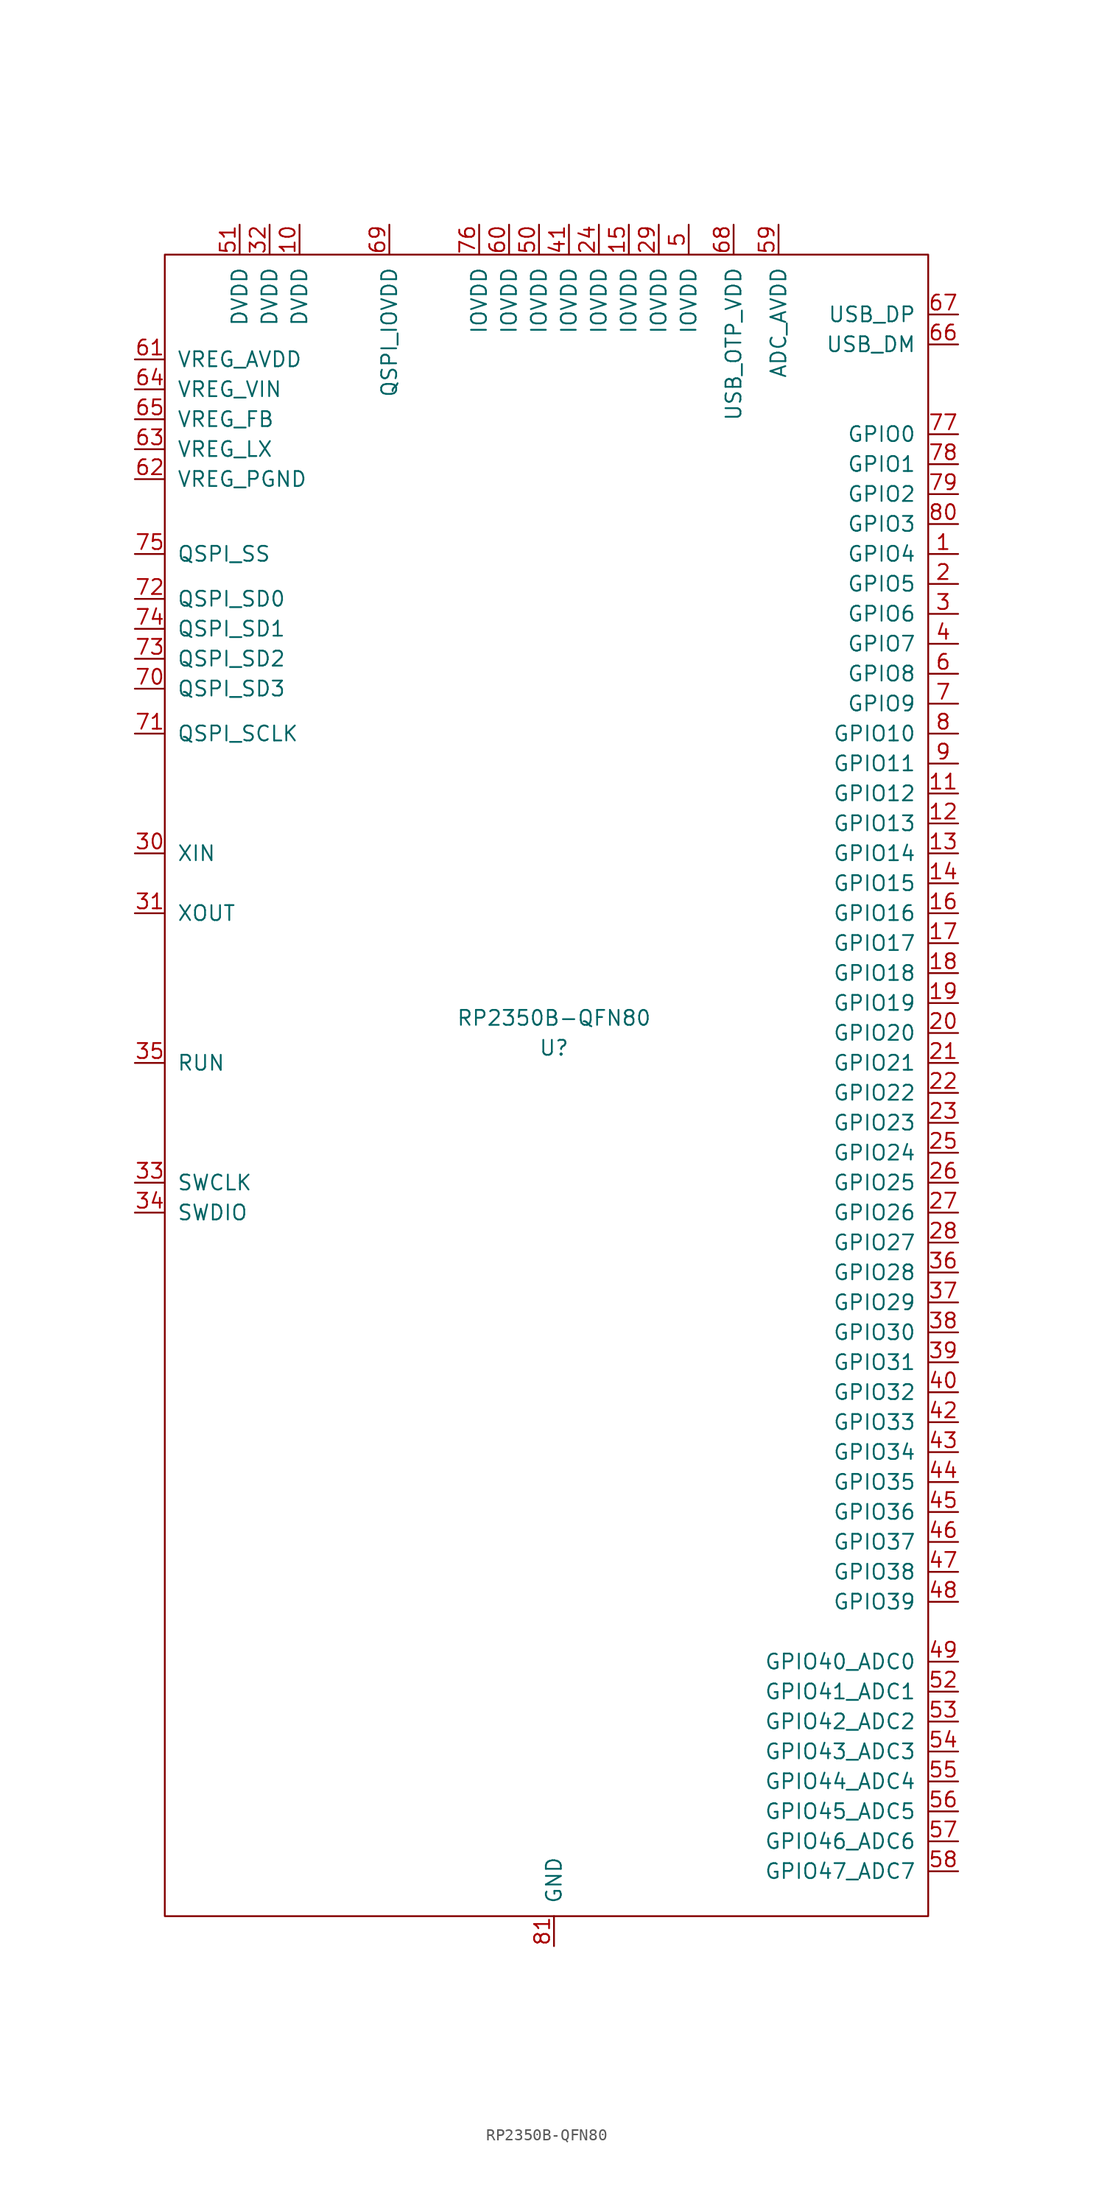
<source format=kicad_sym>
(kicad_symbol_lib
  (version 20231120)
  (generator "kicad_symbol_editor")
  (generator_version "8.0")
  (symbol "RP2350B-QFN80"
    (pin_names
      (offset 1.016))
    (property "Reference" "U"
      (at 0 -1.27 0)
      (effects (font (size 1.27 1.27))))
    (property "Value" "RP2350B-QFN80"
      (at 0 1.27 0)
      (effects (font (size 1.27 1.27))))
    (symbol "RP2350B-QFN80_0_1"
      (rectangle (start 31.75 66.04) (end -33.02 -74.93) (stroke (width 0) (type default)) (fill (type none))))
    (symbol "RP2350B-QFN80_1_0"
      (pin passive line (at 0 -77.47 90) (length 2.54) (name "GND" (effects (font (size 1.27 1.27)))) (number "81" (effects (font (size 1.27 1.27))))))
    (symbol "RP2350B-QFN80_1_1"
      (pin bidirectional line (at 34.29 40.64 180) (length 2.54) (name "GPIO4" (effects (font (size 1.27 1.27)))) (number "1" (effects (font (size 1.27 1.27)))))
      (pin power_in line (at -21.59 68.58 270) (length 2.54) (name "DVDD" (effects (font (size 1.27 1.27)))) (number "10" (effects (font (size 1.27 1.27)))))
      (pin bidirectional line (at 34.29 20.32 180) (length 2.54) (name "GPIO12" (effects (font (size 1.27 1.27)))) (number "11" (effects (font (size 1.27 1.27)))))
      (pin bidirectional line (at 34.29 17.78 180) (length 2.54) (name "GPIO13" (effects (font (size 1.27 1.27)))) (number "12" (effects (font (size 1.27 1.27)))))
      (pin bidirectional line (at 34.29 15.24 180) (length 2.54) (name "GPIO14" (effects (font (size 1.27 1.27)))) (number "13" (effects (font (size 1.27 1.27)))))
      (pin bidirectional line (at 34.29 12.7 180) (length 2.54) (name "GPIO15" (effects (font (size 1.27 1.27)))) (number "14" (effects (font (size 1.27 1.27)))))
      (pin power_in line (at 6.35 68.58 270) (length 2.54) (name "IOVDD" (effects (font (size 1.27 1.27)))) (number "15" (effects (font (size 1.27 1.27)))))
      (pin bidirectional line (at 34.29 10.16 180) (length 2.54) (name "GPIO16" (effects (font (size 1.27 1.27)))) (number "16" (effects (font (size 1.27 1.27)))))
      (pin bidirectional line (at 34.29 7.62 180) (length 2.54) (name "GPIO17" (effects (font (size 1.27 1.27)))) (number "17" (effects (font (size 1.27 1.27)))))
      (pin bidirectional line (at 34.29 5.08 180) (length 2.54) (name "GPIO18" (effects (font (size 1.27 1.27)))) (number "18" (effects (font (size 1.27 1.27)))))
      (pin bidirectional line (at 34.29 2.54 180) (length 2.54) (name "GPIO19" (effects (font (size 1.27 1.27)))) (number "19" (effects (font (size 1.27 1.27)))))
      (pin bidirectional line (at 34.29 38.1 180) (length 2.54) (name "GPIO5" (effects (font (size 1.27 1.27)))) (number "2" (effects (font (size 1.27 1.27)))))
      (pin bidirectional line (at 34.29 0 180) (length 2.54) (name "GPIO20" (effects (font (size 1.27 1.27)))) (number "20" (effects (font (size 1.27 1.27)))))
      (pin bidirectional line (at 34.29 -2.54 180) (length 2.54) (name "GPIO21" (effects (font (size 1.27 1.27)))) (number "21" (effects (font (size 1.27 1.27)))))
      (pin bidirectional line (at 34.29 -5.08 180) (length 2.54) (name "GPIO22" (effects (font (size 1.27 1.27)))) (number "22" (effects (font (size 1.27 1.27)))))
      (pin bidirectional line (at 34.29 -7.62 180) (length 2.54) (name "GPIO23" (effects (font (size 1.27 1.27)))) (number "23" (effects (font (size 1.27 1.27)))))
      (pin power_in line (at 3.81 68.58 270) (length 2.54) (name "IOVDD" (effects (font (size 1.27 1.27)))) (number "24" (effects (font (size 1.27 1.27)))))
      (pin bidirectional line (at 34.29 -10.16 180) (length 2.54) (name "GPIO24" (effects (font (size 1.27 1.27)))) (number "25" (effects (font (size 1.27 1.27)))))
      (pin bidirectional line (at 34.29 -12.7 180) (length 2.54) (name "GPIO25" (effects (font (size 1.27 1.27)))) (number "26" (effects (font (size 1.27 1.27)))))
      (pin bidirectional line (at 34.29 -15.24 180) (length 2.54) (name "GPIO26" (effects (font (size 1.27 1.27)))) (number "27" (effects (font (size 1.27 1.27)))))
      (pin bidirectional line (at 34.29 -17.78 180) (length 2.54) (name "GPIO27" (effects (font (size 1.27 1.27)))) (number "28" (effects (font (size 1.27 1.27)))))
      (pin power_in line (at 8.89 68.58 270) (length 2.54) (name "IOVDD" (effects (font (size 1.27 1.27)))) (number "29" (effects (font (size 1.27 1.27)))))
      (pin bidirectional line (at 34.29 35.56 180) (length 2.54) (name "GPIO6" (effects (font (size 1.27 1.27)))) (number "3" (effects (font (size 1.27 1.27)))))
      (pin input line (at -35.56 15.24 0) (length 2.54) (name "XIN" (effects (font (size 1.27 1.27)))) (number "30" (effects (font (size 1.27 1.27)))))
      (pin output line (at -35.56 10.16 0) (length 2.54) (name "XOUT" (effects (font (size 1.27 1.27)))) (number "31" (effects (font (size 1.27 1.27)))))
      (pin power_in line (at -24.13 68.58 270) (length 2.54) (name "DVDD" (effects (font (size 1.27 1.27)))) (number "32" (effects (font (size 1.27 1.27)))))
      (pin bidirectional line (at -35.56 -12.7 0) (length 2.54) (name "SWCLK" (effects (font (size 1.27 1.27)))) (number "33" (effects (font (size 1.27 1.27)))))
      (pin bidirectional line (at -35.56 -15.24 0) (length 2.54) (name "SWDIO" (effects (font (size 1.27 1.27)))) (number "34" (effects (font (size 1.27 1.27)))))
      (pin input line (at -35.56 -2.54 0) (length 2.54) (name "RUN" (effects (font (size 1.27 1.27)))) (number "35" (effects (font (size 1.27 1.27)))))
      (pin bidirectional line (at 34.29 -20.32 180) (length 2.54) (name "GPIO28" (effects (font (size 1.27 1.27)))) (number "36" (effects (font (size 1.27 1.27)))))
      (pin bidirectional line (at 34.29 -22.86 180) (length 2.54) (name "GPIO29" (effects (font (size 1.27 1.27)))) (number "37" (effects (font (size 1.27 1.27)))))
      (pin bidirectional line (at 34.29 -25.4 180) (length 2.54) (name "GPIO30" (effects (font (size 1.27 1.27)))) (number "38" (effects (font (size 1.27 1.27)))))
      (pin bidirectional line (at 34.29 -27.94 180) (length 2.54) (name "GPIO31" (effects (font (size 1.27 1.27)))) (number "39" (effects (font (size 1.27 1.27)))))
      (pin bidirectional line (at 34.29 33.02 180) (length 2.54) (name "GPIO7" (effects (font (size 1.27 1.27)))) (number "4" (effects (font (size 1.27 1.27)))))
      (pin bidirectional line (at 34.29 -30.48 180) (length 2.54) (name "GPIO32" (effects (font (size 1.27 1.27)))) (number "40" (effects (font (size 1.27 1.27)))))
      (pin power_in line (at 1.27 68.58 270) (length 2.54) (name "IOVDD" (effects (font (size 1.27 1.27)))) (number "41" (effects (font (size 1.27 1.27)))))
      (pin bidirectional line (at 34.29 -33.02 180) (length 2.54) (name "GPIO33" (effects (font (size 1.27 1.27)))) (number "42" (effects (font (size 1.27 1.27)))))
      (pin bidirectional line (at 34.29 -35.56 180) (length 2.54) (name "GPIO34" (effects (font (size 1.27 1.27)))) (number "43" (effects (font (size 1.27 1.27)))))
      (pin bidirectional line (at 34.29 -38.1 180) (length 2.54) (name "GPIO35" (effects (font (size 1.27 1.27)))) (number "44" (effects (font (size 1.27 1.27)))))
      (pin bidirectional line (at 34.29 -40.64 180) (length 2.54) (name "GPIO36" (effects (font (size 1.27 1.27)))) (number "45" (effects (font (size 1.27 1.27)))))
      (pin bidirectional line (at 34.29 -43.18 180) (length 2.54) (name "GPIO37" (effects (font (size 1.27 1.27)))) (number "46" (effects (font (size 1.27 1.27)))))
      (pin bidirectional line (at 34.29 -45.72 180) (length 2.54) (name "GPIO38" (effects (font (size 1.27 1.27)))) (number "47" (effects (font (size 1.27 1.27)))))
      (pin bidirectional line (at 34.29 -48.26 180) (length 2.54) (name "GPIO39" (effects (font (size 1.27 1.27)))) (number "48" (effects (font (size 1.27 1.27)))))
      (pin bidirectional line (at 34.29 -53.34 180) (length 2.54) (name "GPIO40_ADC0" (effects (font (size 1.27 1.27)))) (number "49" (effects (font (size 1.27 1.27)))))
      (pin power_in line (at 11.43 68.58 270) (length 2.54) (name "IOVDD" (effects (font (size 1.27 1.27)))) (number "5" (effects (font (size 1.27 1.27)))))
      (pin power_in line (at -1.27 68.58 270) (length 2.54) (name "IOVDD" (effects (font (size 1.27 1.27)))) (number "50" (effects (font (size 1.27 1.27)))))
      (pin power_in line (at -26.67 68.58 270) (length 2.54) (name "DVDD" (effects (font (size 1.27 1.27)))) (number "51" (effects (font (size 1.27 1.27)))))
      (pin bidirectional line (at 34.29 -55.88 180) (length 2.54) (name "GPIO41_ADC1" (effects (font (size 1.27 1.27)))) (number "52" (effects (font (size 1.27 1.27)))))
      (pin bidirectional line (at 34.29 -58.42 180) (length 2.54) (name "GPIO42_ADC2" (effects (font (size 1.27 1.27)))) (number "53" (effects (font (size 1.27 1.27)))))
      (pin bidirectional line (at 34.29 -60.96 180) (length 2.54) (name "GPIO43_ADC3" (effects (font (size 1.27 1.27)))) (number "54" (effects (font (size 1.27 1.27)))))
      (pin bidirectional line (at 34.29 -63.5 180) (length 2.54) (name "GPIO44_ADC4" (effects (font (size 1.27 1.27)))) (number "55" (effects (font (size 1.27 1.27)))))
      (pin bidirectional line (at 34.29 -66.04 180) (length 2.54) (name "GPIO45_ADC5" (effects (font (size 1.27 1.27)))) (number "56" (effects (font (size 1.27 1.27)))))
      (pin bidirectional line (at 34.29 -68.58 180) (length 2.54) (name "GPIO46_ADC6" (effects (font (size 1.27 1.27)))) (number "57" (effects (font (size 1.27 1.27)))))
      (pin bidirectional line (at 34.29 -71.12 180) (length 2.54) (name "GPIO47_ADC7" (effects (font (size 1.27 1.27)))) (number "58" (effects (font (size 1.27 1.27)))))
      (pin power_in line (at 19.05 68.58 270) (length 2.54) (name "ADC_AVDD" (effects (font (size 1.27 1.27)))) (number "59" (effects (font (size 1.27 1.27)))))
      (pin bidirectional line (at 34.29 30.48 180) (length 2.54) (name "GPIO8" (effects (font (size 1.27 1.27)))) (number "6" (effects (font (size 1.27 1.27)))))
      (pin power_in line (at -3.81 68.58 270) (length 2.54) (name "IOVDD" (effects (font (size 1.27 1.27)))) (number "60" (effects (font (size 1.27 1.27)))))
      (pin power_in line (at -35.56 57.15 0) (length 2.54) (name "VREG_AVDD" (effects (font (size 1.27 1.27)))) (number "61" (effects (font (size 1.27 1.27)))))
      (pin passive line (at -35.56 46.99 0) (length 2.54) (name "VREG_PGND" (effects (font (size 1.27 1.27)))) (number "62" (effects (font (size 1.27 1.27)))))
      (pin power_out line (at -35.56 49.53 0) (length 2.54) (name "VREG_LX" (effects (font (size 1.27 1.27)))) (number "63" (effects (font (size 1.27 1.27)))))
      (pin power_in line (at -35.56 54.61 0) (length 2.54) (name "VREG_VIN" (effects (font (size 1.27 1.27)))) (number "64" (effects (font (size 1.27 1.27)))))
      (pin power_in line (at -35.56 52.07 0) (length 2.54) (name "VREG_FB" (effects (font (size 1.27 1.27)))) (number "65" (effects (font (size 1.27 1.27)))))
      (pin bidirectional line (at 34.29 58.42 180) (length 2.54) (name "USB_DM" (effects (font (size 1.27 1.27)))) (number "66" (effects (font (size 1.27 1.27)))))
      (pin bidirectional line (at 34.29 60.96 180) (length 2.54) (name "USB_DP" (effects (font (size 1.27 1.27)))) (number "67" (effects (font (size 1.27 1.27)))))
      (pin power_in line (at 15.24 68.58 270) (length 2.54) (name "USB_OTP_VDD" (effects (font (size 1.27 1.27)))) (number "68" (effects (font (size 1.27 1.27)))))
      (pin bidirectional line (at -13.97 68.58 270) (length 2.54) (name "QSPI_IOVDD" (effects (font (size 1.27 1.27)))) (number "69" (effects (font (size 1.27 1.27)))))
      (pin bidirectional line (at 34.29 27.94 180) (length 2.54) (name "GPIO9" (effects (font (size 1.27 1.27)))) (number "7" (effects (font (size 1.27 1.27)))))
      (pin bidirectional line (at -35.56 29.21 0) (length 2.54) (name "QSPI_SD3" (effects (font (size 1.27 1.27)))) (number "70" (effects (font (size 1.27 1.27)))))
      (pin bidirectional line (at -35.56 25.4 0) (length 2.54) (name "QSPI_SCLK" (effects (font (size 1.27 1.27)))) (number "71" (effects (font (size 1.27 1.27)))))
      (pin bidirectional line (at -35.56 36.83 0) (length 2.54) (name "QSPI_SD0" (effects (font (size 1.27 1.27)))) (number "72" (effects (font (size 1.27 1.27)))))
      (pin bidirectional line (at -35.56 31.75 0) (length 2.54) (name "QSPI_SD2" (effects (font (size 1.27 1.27)))) (number "73" (effects (font (size 1.27 1.27)))))
      (pin bidirectional line (at -35.56 34.29 0) (length 2.54) (name "QSPI_SD1" (effects (font (size 1.27 1.27)))) (number "74" (effects (font (size 1.27 1.27)))))
      (pin bidirectional line (at -35.56 40.64 0) (length 2.54) (name "QSPI_SS" (effects (font (size 1.27 1.27)))) (number "75" (effects (font (size 1.27 1.27)))))
      (pin power_in line (at -6.35 68.58 270) (length 2.54) (name "IOVDD" (effects (font (size 1.27 1.27)))) (number "76" (effects (font (size 1.27 1.27)))))
      (pin bidirectional line (at 34.29 50.8 180) (length 2.54) (name "GPIO0" (effects (font (size 1.27 1.27)))) (number "77" (effects (font (size 1.27 1.27)))))
      (pin bidirectional line (at 34.29 48.26 180) (length 2.54) (name "GPIO1" (effects (font (size 1.27 1.27)))) (number "78" (effects (font (size 1.27 1.27)))))
      (pin bidirectional line (at 34.29 45.72 180) (length 2.54) (name "GPIO2" (effects (font (size 1.27 1.27)))) (number "79" (effects (font (size 1.27 1.27)))))
      (pin bidirectional line (at 34.29 25.4 180) (length 2.54) (name "GPIO10" (effects (font (size 1.27 1.27)))) (number "8" (effects (font (size 1.27 1.27)))))
      (pin bidirectional line (at 34.29 43.18 180) (length 2.54) (name "GPIO3" (effects (font (size 1.27 1.27)))) (number "80" (effects (font (size 1.27 1.27)))))
      (pin bidirectional line (at 34.29 22.86 180) (length 2.54) (name "GPIO11" (effects (font (size 1.27 1.27)))) (number "9" (effects (font (size 1.27 1.27))))))))
</source>
